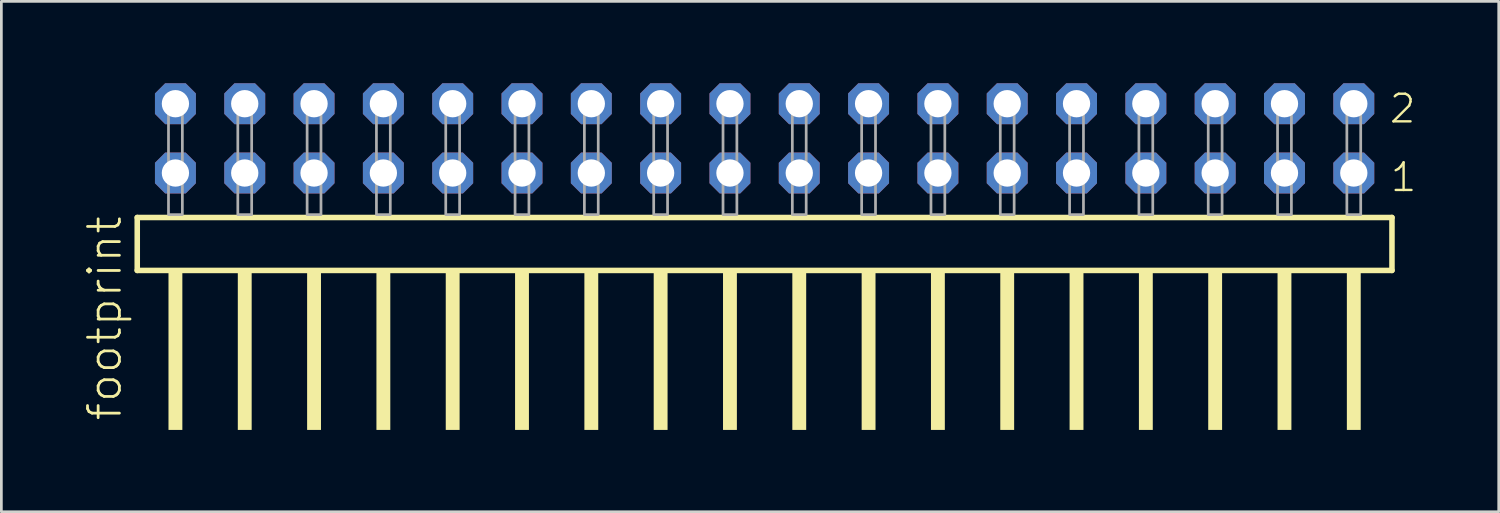
<source format=kicad_pcb>
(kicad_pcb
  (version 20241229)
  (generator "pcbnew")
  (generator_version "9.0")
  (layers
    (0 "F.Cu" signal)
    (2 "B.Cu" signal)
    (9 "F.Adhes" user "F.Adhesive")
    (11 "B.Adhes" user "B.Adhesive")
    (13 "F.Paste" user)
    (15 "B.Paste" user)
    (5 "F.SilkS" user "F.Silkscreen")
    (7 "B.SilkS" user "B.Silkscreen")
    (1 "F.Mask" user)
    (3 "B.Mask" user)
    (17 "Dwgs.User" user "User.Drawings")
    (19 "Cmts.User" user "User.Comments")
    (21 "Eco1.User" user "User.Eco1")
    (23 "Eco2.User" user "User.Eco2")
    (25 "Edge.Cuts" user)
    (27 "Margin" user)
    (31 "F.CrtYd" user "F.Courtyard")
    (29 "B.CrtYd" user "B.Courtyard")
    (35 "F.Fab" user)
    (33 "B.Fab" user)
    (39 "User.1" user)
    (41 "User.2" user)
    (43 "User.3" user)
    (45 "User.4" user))
  (footprint "footprint"
    (layer "F.Cu")
    (at 24.968 4.814)
    (property "Reference" "footprint" (at -23.495 7.62 90) (layer "F.SilkS") (effects (font (size 1.168 1.168) (thickness 0.102)) (justify left bottom)))
    (fp_line (start -22.989 0.106) (end -22.989 2.046) (stroke (width 0.203) (type solid)) (layer "F.SilkS"))
    (fp_line (start -22.989 2.046) (end 22.989 2.046) (stroke (width 0.203) (type solid)) (layer "F.SilkS"))
    (fp_line (start 22.989 0.106) (end -22.989 0.106) (stroke (width 0.203) (type solid)) (layer "F.SilkS"))
    (fp_line (start 22.989 2.046) (end 22.989 0.106) (stroke (width 0.203) (type solid)) (layer "F.SilkS"))
    (fp_poly (pts (xy -21.844 7.89) (xy -21.336 7.89) (xy -21.336 2.04) (xy -21.844 2.04)) (stroke (width 0) (type solid)) (fill yes) (layer "F.SilkS"))
    (fp_poly (pts (xy -19.304 7.89) (xy -18.796 7.89) (xy -18.796 2.04) (xy -19.304 2.04)) (stroke (width 0) (type solid)) (fill yes) (layer "F.SilkS"))
    (fp_poly (pts (xy -16.764 7.89) (xy -16.256 7.89) (xy -16.256 2.04) (xy -16.764 2.04)) (stroke (width 0) (type solid)) (fill yes) (layer "F.SilkS"))
    (fp_poly (pts (xy -14.224 7.89) (xy -13.716 7.89) (xy -13.716 2.04) (xy -14.224 2.04)) (stroke (width 0) (type solid)) (fill yes) (layer "F.SilkS"))
    (fp_poly (pts (xy -11.684 7.89) (xy -11.176 7.89) (xy -11.176 2.04) (xy -11.684 2.04)) (stroke (width 0) (type solid)) (fill yes) (layer "F.SilkS"))
    (fp_poly (pts (xy -9.144 7.89) (xy -8.636 7.89) (xy -8.636 2.04) (xy -9.144 2.04)) (stroke (width 0) (type solid)) (fill yes) (layer "F.SilkS"))
    (fp_poly (pts (xy -6.604 7.89) (xy -6.096 7.89) (xy -6.096 2.04) (xy -6.604 2.04)) (stroke (width 0) (type solid)) (fill yes) (layer "F.SilkS"))
    (fp_poly (pts (xy -4.064 7.89) (xy -3.556 7.89) (xy -3.556 2.04) (xy -4.064 2.04)) (stroke (width 0) (type solid)) (fill yes) (layer "F.SilkS"))
    (fp_poly (pts (xy -1.524 7.89) (xy -1.016 7.89) (xy -1.016 2.04) (xy -1.524 2.04)) (stroke (width 0) (type solid)) (fill yes) (layer "F.SilkS"))
    (fp_poly (pts (xy 1.016 7.89) (xy 1.524 7.89) (xy 1.524 2.04) (xy 1.016 2.04)) (stroke (width 0) (type solid)) (fill yes) (layer "F.SilkS"))
    (fp_poly (pts (xy 3.556 7.89) (xy 4.064 7.89) (xy 4.064 2.04) (xy 3.556 2.04)) (stroke (width 0) (type solid)) (fill yes) (layer "F.SilkS"))
    (fp_poly (pts (xy 6.096 7.89) (xy 6.604 7.89) (xy 6.604 2.04) (xy 6.096 2.04)) (stroke (width 0) (type solid)) (fill yes) (layer "F.SilkS"))
    (fp_poly (pts (xy 8.636 7.89) (xy 9.144 7.89) (xy 9.144 2.04) (xy 8.636 2.04)) (stroke (width 0) (type solid)) (fill yes) (layer "F.SilkS"))
    (fp_poly (pts (xy 11.176 7.89) (xy 11.684 7.89) (xy 11.684 2.04) (xy 11.176 2.04)) (stroke (width 0) (type solid)) (fill yes) (layer "F.SilkS"))
    (fp_poly (pts (xy 13.716 7.89) (xy 14.224 7.89) (xy 14.224 2.04) (xy 13.716 2.04)) (stroke (width 0) (type solid)) (fill yes) (layer "F.SilkS"))
    (fp_poly (pts (xy 16.256 7.89) (xy 16.764 7.89) (xy 16.764 2.04) (xy 16.256 2.04)) (stroke (width 0) (type solid)) (fill yes) (layer "F.SilkS"))
    (fp_poly (pts (xy 18.796 7.89) (xy 19.304 7.89) (xy 19.304 2.04) (xy 18.796 2.04)) (stroke (width 0) (type solid)) (fill yes) (layer "F.SilkS"))
    (fp_poly (pts (xy 21.336 7.89) (xy 21.844 7.89) (xy 21.844 2.04) (xy 21.336 2.04)) (stroke (width 0) (type solid)) (fill yes) (layer "F.SilkS"))
    (fp_poly (pts (xy -21.844 0) (xy -21.336 0) (xy -21.336 -4.318) (xy -21.844 -4.318)) (stroke (width 0.1) (type solid)) (fill no) (layer "F.Fab"))
    (fp_poly (pts (xy -19.304 0) (xy -18.796 0) (xy -18.796 -4.318) (xy -19.304 -4.318)) (stroke (width 0.1) (type solid)) (fill no) (layer "F.Fab"))
    (fp_poly (pts (xy -16.764 0) (xy -16.256 0) (xy -16.256 -4.318) (xy -16.764 -4.318)) (stroke (width 0.1) (type solid)) (fill no) (layer "F.Fab"))
    (fp_poly (pts (xy -14.224 0) (xy -13.716 0) (xy -13.716 -4.318) (xy -14.224 -4.318)) (stroke (width 0.1) (type solid)) (fill no) (layer "F.Fab"))
    (fp_poly (pts (xy -11.684 0) (xy -11.176 0) (xy -11.176 -4.318) (xy -11.684 -4.318)) (stroke (width 0.1) (type solid)) (fill no) (layer "F.Fab"))
    (fp_poly (pts (xy -9.144 0) (xy -8.636 0) (xy -8.636 -4.318) (xy -9.144 -4.318)) (stroke (width 0.1) (type solid)) (fill no) (layer "F.Fab"))
    (fp_poly (pts (xy -6.604 0) (xy -6.096 0) (xy -6.096 -4.318) (xy -6.604 -4.318)) (stroke (width 0.1) (type solid)) (fill no) (layer "F.Fab"))
    (fp_poly (pts (xy -4.064 0) (xy -3.556 0) (xy -3.556 -4.318) (xy -4.064 -4.318)) (stroke (width 0.1) (type solid)) (fill no) (layer "F.Fab"))
    (fp_poly (pts (xy -1.524 0) (xy -1.016 0) (xy -1.016 -4.318) (xy -1.524 -4.318)) (stroke (width 0.1) (type solid)) (fill no) (layer "F.Fab"))
    (fp_poly (pts (xy 1.016 0) (xy 1.524 0) (xy 1.524 -4.318) (xy 1.016 -4.318)) (stroke (width 0.1) (type solid)) (fill no) (layer "F.Fab"))
    (fp_poly (pts (xy 3.556 0) (xy 4.064 0) (xy 4.064 -4.318) (xy 3.556 -4.318)) (stroke (width 0.1) (type solid)) (fill no) (layer "F.Fab"))
    (fp_poly (pts (xy 6.096 0) (xy 6.604 0) (xy 6.604 -4.318) (xy 6.096 -4.318)) (stroke (width 0.1) (type solid)) (fill no) (layer "F.Fab"))
    (fp_poly (pts (xy 8.636 0) (xy 9.144 0) (xy 9.144 -4.318) (xy 8.636 -4.318)) (stroke (width 0.1) (type solid)) (fill no) (layer "F.Fab"))
    (fp_poly (pts (xy 11.176 0) (xy 11.684 0) (xy 11.684 -4.318) (xy 11.176 -4.318)) (stroke (width 0.1) (type solid)) (fill no) (layer "F.Fab"))
    (fp_poly (pts (xy 13.716 0) (xy 14.224 0) (xy 14.224 -4.318) (xy 13.716 -4.318)) (stroke (width 0.1) (type solid)) (fill no) (layer "F.Fab"))
    (fp_poly (pts (xy 16.256 0) (xy 16.764 0) (xy 16.764 -4.318) (xy 16.256 -4.318)) (stroke (width 0.1) (type solid)) (fill no) (layer "F.Fab"))
    (fp_poly (pts (xy 18.796 0) (xy 19.304 0) (xy 19.304 -4.318) (xy 18.796 -4.318)) (stroke (width 0.1) (type solid)) (fill no) (layer "F.Fab"))
    (fp_poly (pts (xy 21.336 0) (xy 21.844 0) (xy 21.844 -4.318) (xy 21.336 -4.318)) (stroke (width 0.1) (type solid)) (fill no) (layer "F.Fab"))
    (fp_text user "2" (at 22.84 -3.29 0) (layer "F.SilkS") (effects (font (size 1.012 1.012) (thickness 0.088)) (justify left bottom)))
    (fp_text user "1" (at 22.875 -0.775 0) (layer "F.SilkS") (effects (font (size 1.012 1.012) (thickness 0.088)) (justify left bottom)))
    (pad "1" thru_hole roundrect (at 21.59 -1.524 180) (size 1.5 1.5) (drill 1) (layers "*.Cu" "*.Mask") (roundrect_rratio 0.25) (chamfer_ratio 0.25) (chamfer top_left top_right bottom_left bottom_right))
    (pad "2" thru_hole roundrect (at 21.59 -4.064 180) (size 1.5 1.5) (drill 1) (layers "*.Cu" "*.Mask") (roundrect_rratio 0.25) (chamfer_ratio 0.25) (chamfer top_left top_right bottom_left bottom_right))
    (pad "3" thru_hole roundrect (at 19.05 -1.524 180) (size 1.5 1.5) (drill 1) (layers "*.Cu" "*.Mask") (roundrect_rratio 0.25) (chamfer_ratio 0.25) (chamfer top_left top_right bottom_left bottom_right))
    (pad "4" thru_hole roundrect (at 19.05 -4.064 180) (size 1.5 1.5) (drill 1) (layers "*.Cu" "*.Mask") (roundrect_rratio 0.25) (chamfer_ratio 0.25) (chamfer top_left top_right bottom_left bottom_right))
    (pad "5" thru_hole roundrect (at 16.51 -1.524 180) (size 1.5 1.5) (drill 1) (layers "*.Cu" "*.Mask") (roundrect_rratio 0.25) (chamfer_ratio 0.25) (chamfer top_left top_right bottom_left bottom_right))
    (pad "6" thru_hole roundrect (at 16.51 -4.064 180) (size 1.5 1.5) (drill 1) (layers "*.Cu" "*.Mask") (roundrect_rratio 0.25) (chamfer_ratio 0.25) (chamfer top_left top_right bottom_left bottom_right))
    (pad "7" thru_hole roundrect (at 13.97 -1.524 180) (size 1.5 1.5) (drill 1) (layers "*.Cu" "*.Mask") (roundrect_rratio 0.25) (chamfer_ratio 0.25) (chamfer top_left top_right bottom_left bottom_right))
    (pad "8" thru_hole roundrect (at 13.97 -4.064 180) (size 1.5 1.5) (drill 1) (layers "*.Cu" "*.Mask") (roundrect_rratio 0.25) (chamfer_ratio 0.25) (chamfer top_left top_right bottom_left bottom_right))
    (pad "9" thru_hole roundrect (at 11.43 -1.524 180) (size 1.5 1.5) (drill 1) (layers "*.Cu" "*.Mask") (roundrect_rratio 0.25) (chamfer_ratio 0.25) (chamfer top_left top_right bottom_left bottom_right))
    (pad "10" thru_hole roundrect (at 11.43 -4.064 180) (size 1.5 1.5) (drill 1) (layers "*.Cu" "*.Mask") (roundrect_rratio 0.25) (chamfer_ratio 0.25) (chamfer top_left top_right bottom_left bottom_right))
    (pad "11" thru_hole roundrect (at 8.89 -1.524 180) (size 1.5 1.5) (drill 1) (layers "*.Cu" "*.Mask") (roundrect_rratio 0.25) (chamfer_ratio 0.25) (chamfer top_left top_right bottom_left bottom_right))
    (pad "12" thru_hole roundrect (at 8.89 -4.064 180) (size 1.5 1.5) (drill 1) (layers "*.Cu" "*.Mask") (roundrect_rratio 0.25) (chamfer_ratio 0.25) (chamfer top_left top_right bottom_left bottom_right))
    (pad "13" thru_hole roundrect (at 6.35 -1.524 180) (size 1.5 1.5) (drill 1) (layers "*.Cu" "*.Mask") (roundrect_rratio 0.25) (chamfer_ratio 0.25) (chamfer top_left top_right bottom_left bottom_right))
    (pad "14" thru_hole roundrect (at 6.35 -4.064 180) (size 1.5 1.5) (drill 1) (layers "*.Cu" "*.Mask") (roundrect_rratio 0.25) (chamfer_ratio 0.25) (chamfer top_left top_right bottom_left bottom_right))
    (pad "15" thru_hole roundrect (at 3.81 -1.524 180) (size 1.5 1.5) (drill 1) (layers "*.Cu" "*.Mask") (roundrect_rratio 0.25) (chamfer_ratio 0.25) (chamfer top_left top_right bottom_left bottom_right))
    (pad "16" thru_hole roundrect (at 3.81 -4.064 180) (size 1.5 1.5) (drill 1) (layers "*.Cu" "*.Mask") (roundrect_rratio 0.25) (chamfer_ratio 0.25) (chamfer top_left top_right bottom_left bottom_right))
    (pad "17" thru_hole roundrect (at 1.27 -1.524 180) (size 1.5 1.5) (drill 1) (layers "*.Cu" "*.Mask") (roundrect_rratio 0.25) (chamfer_ratio 0.25) (chamfer top_left top_right bottom_left bottom_right))
    (pad "18" thru_hole roundrect (at 1.27 -4.064 180) (size 1.5 1.5) (drill 1) (layers "*.Cu" "*.Mask") (roundrect_rratio 0.25) (chamfer_ratio 0.25) (chamfer top_left top_right bottom_left bottom_right))
    (pad "19" thru_hole roundrect (at -1.27 -1.524 180) (size 1.5 1.5) (drill 1) (layers "*.Cu" "*.Mask") (roundrect_rratio 0.25) (chamfer_ratio 0.25) (chamfer top_left top_right bottom_left bottom_right))
    (pad "20" thru_hole roundrect (at -1.27 -4.064 180) (size 1.5 1.5) (drill 1) (layers "*.Cu" "*.Mask") (roundrect_rratio 0.25) (chamfer_ratio 0.25) (chamfer top_left top_right bottom_left bottom_right))
    (pad "21" thru_hole roundrect (at -3.81 -1.524 180) (size 1.5 1.5) (drill 1) (layers "*.Cu" "*.Mask") (roundrect_rratio 0.25) (chamfer_ratio 0.25) (chamfer top_left top_right bottom_left bottom_right))
    (pad "22" thru_hole roundrect (at -3.81 -4.064 180) (size 1.5 1.5) (drill 1) (layers "*.Cu" "*.Mask") (roundrect_rratio 0.25) (chamfer_ratio 0.25) (chamfer top_left top_right bottom_left bottom_right))
    (pad "23" thru_hole roundrect (at -6.35 -1.524 180) (size 1.5 1.5) (drill 1) (layers "*.Cu" "*.Mask") (roundrect_rratio 0.25) (chamfer_ratio 0.25) (chamfer top_left top_right bottom_left bottom_right))
    (pad "24" thru_hole roundrect (at -6.35 -4.064 180) (size 1.5 1.5) (drill 1) (layers "*.Cu" "*.Mask") (roundrect_rratio 0.25) (chamfer_ratio 0.25) (chamfer top_left top_right bottom_left bottom_right))
    (pad "25" thru_hole roundrect (at -8.89 -1.524 180) (size 1.5 1.5) (drill 1) (layers "*.Cu" "*.Mask") (roundrect_rratio 0.25) (chamfer_ratio 0.25) (chamfer top_left top_right bottom_left bottom_right))
    (pad "26" thru_hole roundrect (at -8.89 -4.064 180) (size 1.5 1.5) (drill 1) (layers "*.Cu" "*.Mask") (roundrect_rratio 0.25) (chamfer_ratio 0.25) (chamfer top_left top_right bottom_left bottom_right))
    (pad "27" thru_hole roundrect (at -11.43 -1.524 180) (size 1.5 1.5) (drill 1) (layers "*.Cu" "*.Mask") (roundrect_rratio 0.25) (chamfer_ratio 0.25) (chamfer top_left top_right bottom_left bottom_right))
    (pad "28" thru_hole roundrect (at -11.43 -4.064 180) (size 1.5 1.5) (drill 1) (layers "*.Cu" "*.Mask") (roundrect_rratio 0.25) (chamfer_ratio 0.25) (chamfer top_left top_right bottom_left bottom_right))
    (pad "29" thru_hole roundrect (at -13.97 -1.524 180) (size 1.5 1.5) (drill 1) (layers "*.Cu" "*.Mask") (roundrect_rratio 0.25) (chamfer_ratio 0.25) (chamfer top_left top_right bottom_left bottom_right))
    (pad "30" thru_hole roundrect (at -13.97 -4.064 180) (size 1.5 1.5) (drill 1) (layers "*.Cu" "*.Mask") (roundrect_rratio 0.25) (chamfer_ratio 0.25) (chamfer top_left top_right bottom_left bottom_right))
    (pad "31" thru_hole roundrect (at -16.51 -1.524 180) (size 1.5 1.5) (drill 1) (layers "*.Cu" "*.Mask") (roundrect_rratio 0.25) (chamfer_ratio 0.25) (chamfer top_left top_right bottom_left bottom_right))
    (pad "32" thru_hole roundrect (at -16.51 -4.064 180) (size 1.5 1.5) (drill 1) (layers "*.Cu" "*.Mask") (roundrect_rratio 0.25) (chamfer_ratio 0.25) (chamfer top_left top_right bottom_left bottom_right))
    (pad "33" thru_hole roundrect (at -19.05 -1.524 180) (size 1.5 1.5) (drill 1) (layers "*.Cu" "*.Mask") (roundrect_rratio 0.25) (chamfer_ratio 0.25) (chamfer top_left top_right bottom_left bottom_right))
    (pad "34" thru_hole roundrect (at -19.05 -4.064 180) (size 1.5 1.5) (drill 1) (layers "*.Cu" "*.Mask") (roundrect_rratio 0.25) (chamfer_ratio 0.25) (chamfer top_left top_right bottom_left bottom_right))
    (pad "35" thru_hole roundrect (at -21.59 -1.524 180) (size 1.5 1.5) (drill 1) (layers "*.Cu" "*.Mask") (roundrect_rratio 0.25) (chamfer_ratio 0.25) (chamfer top_left top_right bottom_left bottom_right))
    (pad "36" thru_hole roundrect (at -21.59 -4.064 180) (size 1.5 1.5) (drill 1) (layers "*.Cu" "*.Mask") (roundrect_rratio 0.25) (chamfer_ratio 0.25) (chamfer top_left top_right bottom_left bottom_right)))
  (gr_rect
    (start -3 -3)
    (end 51.869 15.704)
    (stroke (width 0.1) (type default))
    (fill no)
    (layer "Edge.Cuts")))
</source>
